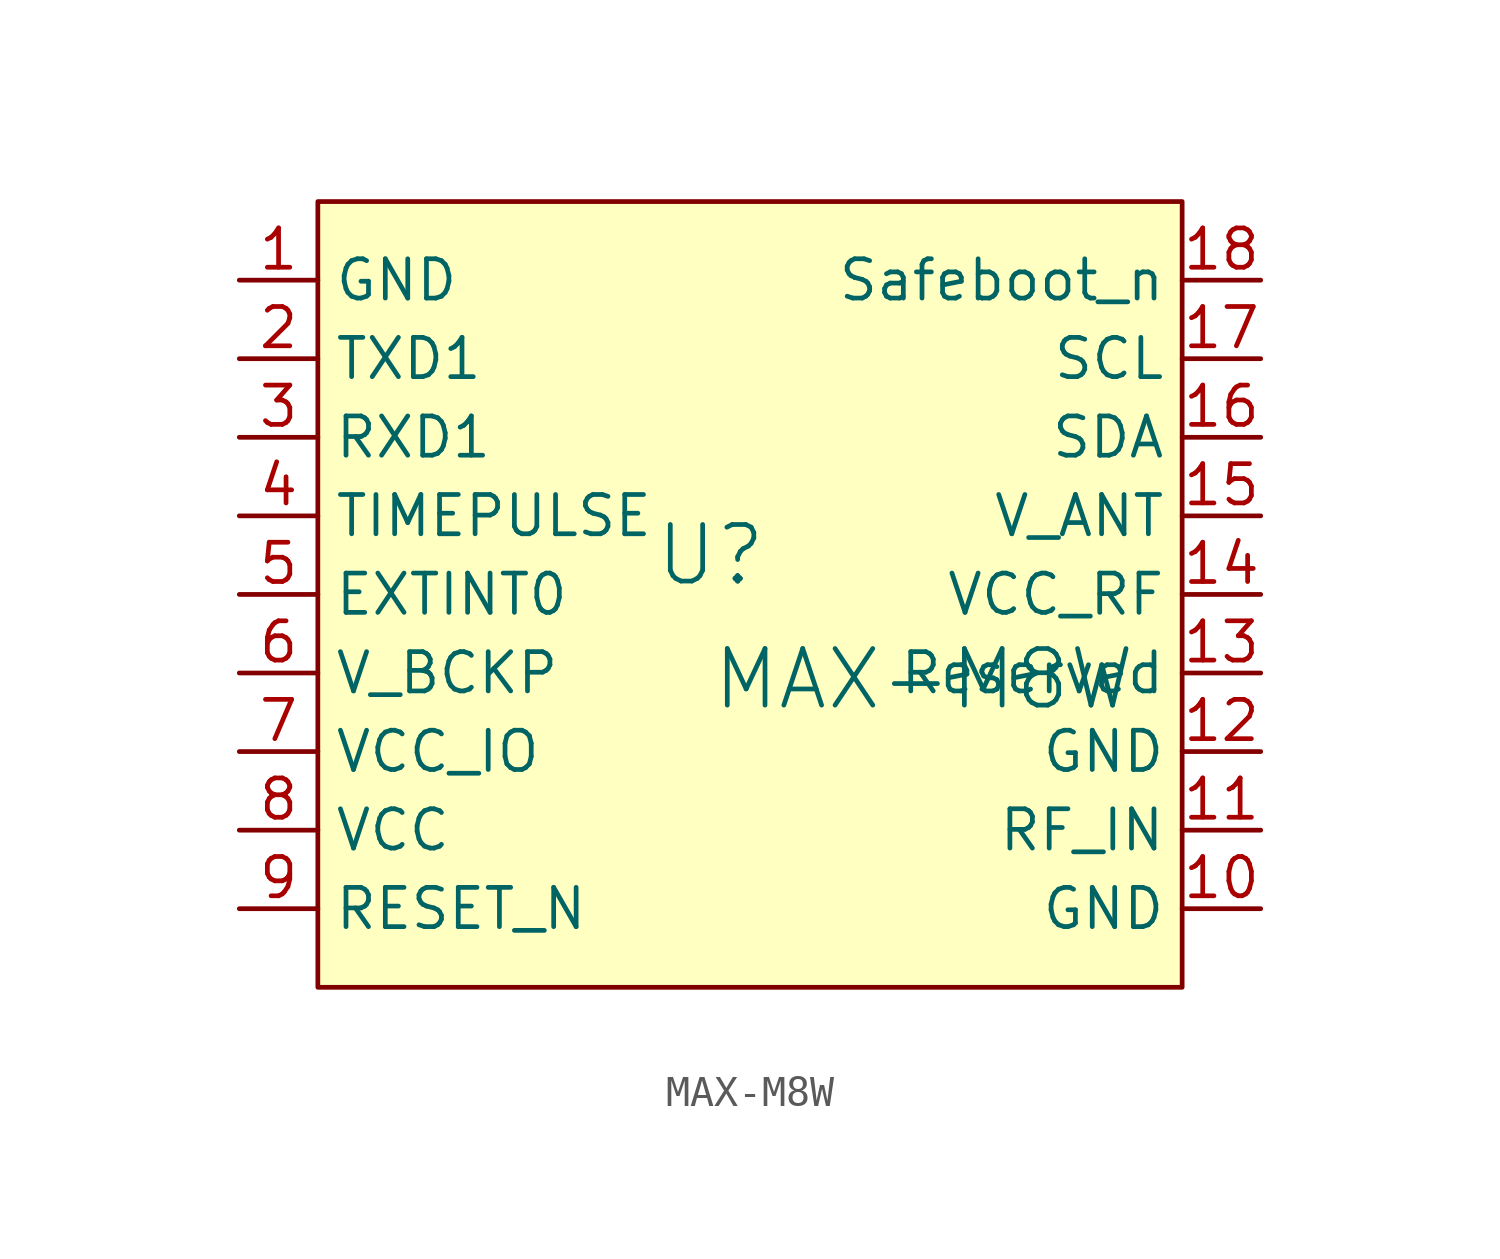
<source format=kicad_sym>
(kicad_symbol_lib
  (version 20241209)
  (generator "kicad_symbol_editor")
  (generator_version "9.0")
  (symbol "MAX-M8W"
    (property "Reference" "U"
      (at -1.27 1.27 0)
      (effects (font (size 1.829 1.829))))
    (property "Value" "MAX-M8W"
      (at -1.27 -3.81 0)
      (effects (font (size 1.829 1.829)) (justify left bottom)))
    (symbol "MAX-M8W_1_0"
      (rectangle (start 13.97 12.7) (end -13.97 -12.7) (stroke (width 0) (type solid) (color 128 0 0 1)) (fill (type background)))
      (pin passive line (at -16.51 10.16 0) (length 2.54) (name "GND" (effects (font (size 1.27 1.27)))) (number "1" (effects (font (size 1.27 1.27)))))
      (pin passive line (at -16.51 7.62 0) (length 2.54) (name "TXD1" (effects (font (size 1.27 1.27)))) (number "2" (effects (font (size 1.27 1.27)))))
      (pin passive line (at -16.51 5.08 0) (length 2.54) (name "RXD1" (effects (font (size 1.27 1.27)))) (number "3" (effects (font (size 1.27 1.27)))))
      (pin passive line (at -16.51 2.54 0) (length 2.54) (name "TIMEPULSE" (effects (font (size 1.27 1.27)))) (number "4" (effects (font (size 1.27 1.27)))))
      (pin passive line (at -16.51 0 0) (length 2.54) (name "EXTINT0" (effects (font (size 1.27 1.27)))) (number "5" (effects (font (size 1.27 1.27)))))
      (pin passive line (at -16.51 -2.54 0) (length 2.54) (name "V_BCKP" (effects (font (size 1.27 1.27)))) (number "6" (effects (font (size 1.27 1.27)))))
      (pin passive line (at -16.51 -5.08 0) (length 2.54) (name "VCC_IO" (effects (font (size 1.27 1.27)))) (number "7" (effects (font (size 1.27 1.27)))))
      (pin passive line (at -16.51 -7.62 0) (length 2.54) (name "VCC" (effects (font (size 1.27 1.27)))) (number "8" (effects (font (size 1.27 1.27)))))
      (pin passive line (at -16.51 -10.16 0) (length 2.54) (name "RESET_N" (effects (font (size 1.27 1.27)))) (number "9" (effects (font (size 1.27 1.27)))))
      (pin passive line (at 16.51 10.16 180) (length 2.54) (name "Safeboot_n" (effects (font (size 1.27 1.27)))) (number "18" (effects (font (size 1.27 1.27)))))
      (pin passive line (at 16.51 7.62 180) (length 2.54) (name "SCL" (effects (font (size 1.27 1.27)))) (number "17" (effects (font (size 1.27 1.27)))))
      (pin passive line (at 16.51 5.08 180) (length 2.54) (name "SDA" (effects (font (size 1.27 1.27)))) (number "16" (effects (font (size 1.27 1.27)))))
      (pin passive line (at 16.51 2.54 180) (length 2.54) (name "V_ANT" (effects (font (size 1.27 1.27)))) (number "15" (effects (font (size 1.27 1.27)))))
      (pin passive line (at 16.51 0 180) (length 2.54) (name "VCC_RF" (effects (font (size 1.27 1.27)))) (number "14" (effects (font (size 1.27 1.27)))))
      (pin passive line (at 16.51 -2.54 180) (length 2.54) (name "Reserved" (effects (font (size 1.27 1.27)))) (number "13" (effects (font (size 1.27 1.27)))))
      (pin passive line (at 16.51 -5.08 180) (length 2.54) (name "GND" (effects (font (size 1.27 1.27)))) (number "12" (effects (font (size 1.27 1.27)))))
      (pin passive line (at 16.51 -7.62 180) (length 2.54) (name "RF_IN" (effects (font (size 1.27 1.27)))) (number "11" (effects (font (size 1.27 1.27)))))
      (pin passive line (at 16.51 -10.16 180) (length 2.54) (name "GND" (effects (font (size 1.27 1.27)))) (number "10" (effects (font (size 1.27 1.27))))))))
</source>
